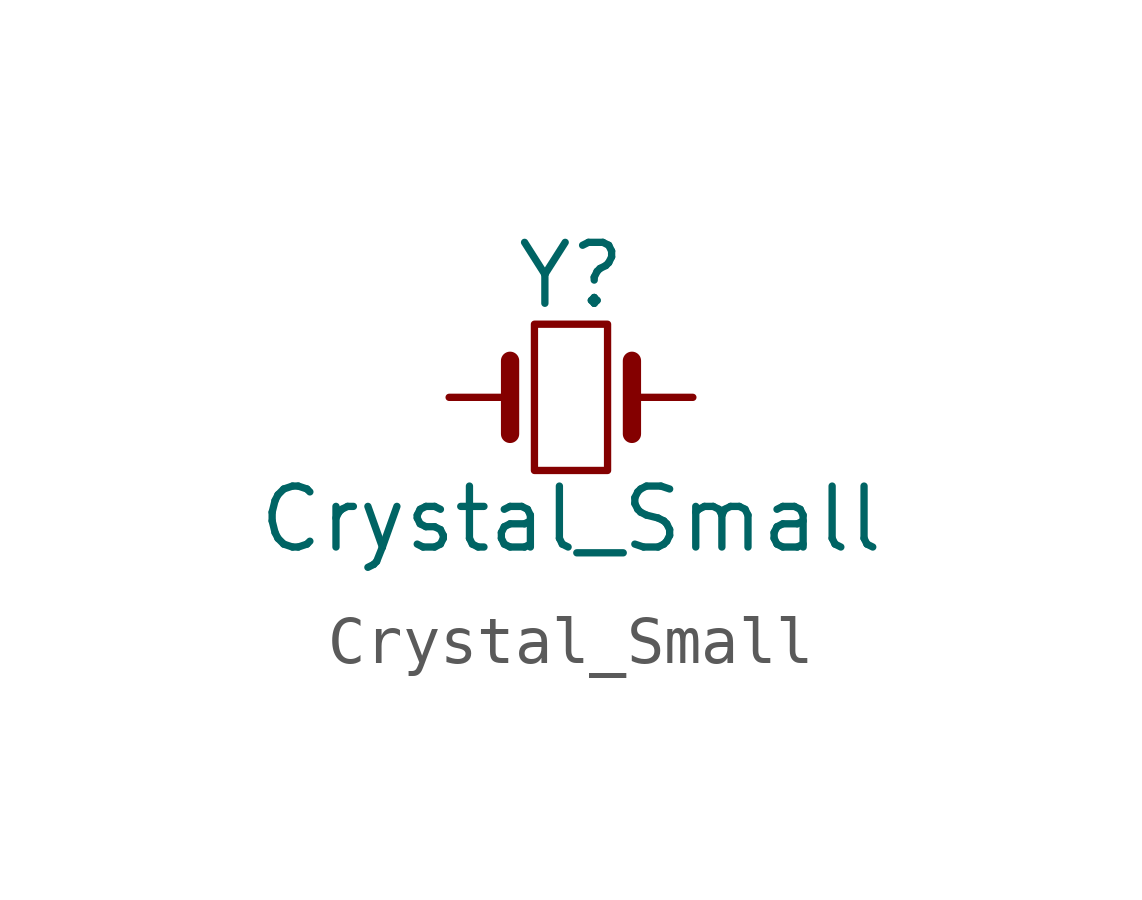
<source format=kicad_sym>
(kicad_symbol_lib
  (version 20231120)
  (generator "kicad_symbol_editor")
  (generator_version "8.0")
  (symbol "Crystal_Small"
    (pin_numbers hide)
    (pin_names
      (offset 1.016) hide)
    (property "Reference" "Y"
      (at 0 2.54 0)
      (effects (font (size 1.27 1.27))))
    (property "Value" "Crystal_Small"
      (at 0 -2.54 0)
      (effects (font (size 1.27 1.27))))
    (symbol "Crystal_Small_0_1"
      (rectangle (start -0.762 -1.524) (end 0.762 1.524) (stroke (width 0) (type solid)) (fill (type none)))
      (polyline (pts (xy -1.27 -0.762) (xy -1.27 0.762)) (stroke (width 0.381) (type solid)) (fill (type none)))
      (polyline (pts (xy 1.27 -0.762) (xy 1.27 0.762)) (stroke (width 0.381) (type solid)) (fill (type none))))
    (symbol "Crystal_Small_1_1"
      (pin passive line (at -2.54 0 0) (length 1.27) (name "1" (effects (font (size 1.27 1.27)))) (number "1" (effects (font (size 1.27 1.27)))))
      (pin passive line (at 2.54 0 180) (length 1.27) (name "2" (effects (font (size 1.27 1.27)))) (number "2" (effects (font (size 1.27 1.27))))))))
</source>
